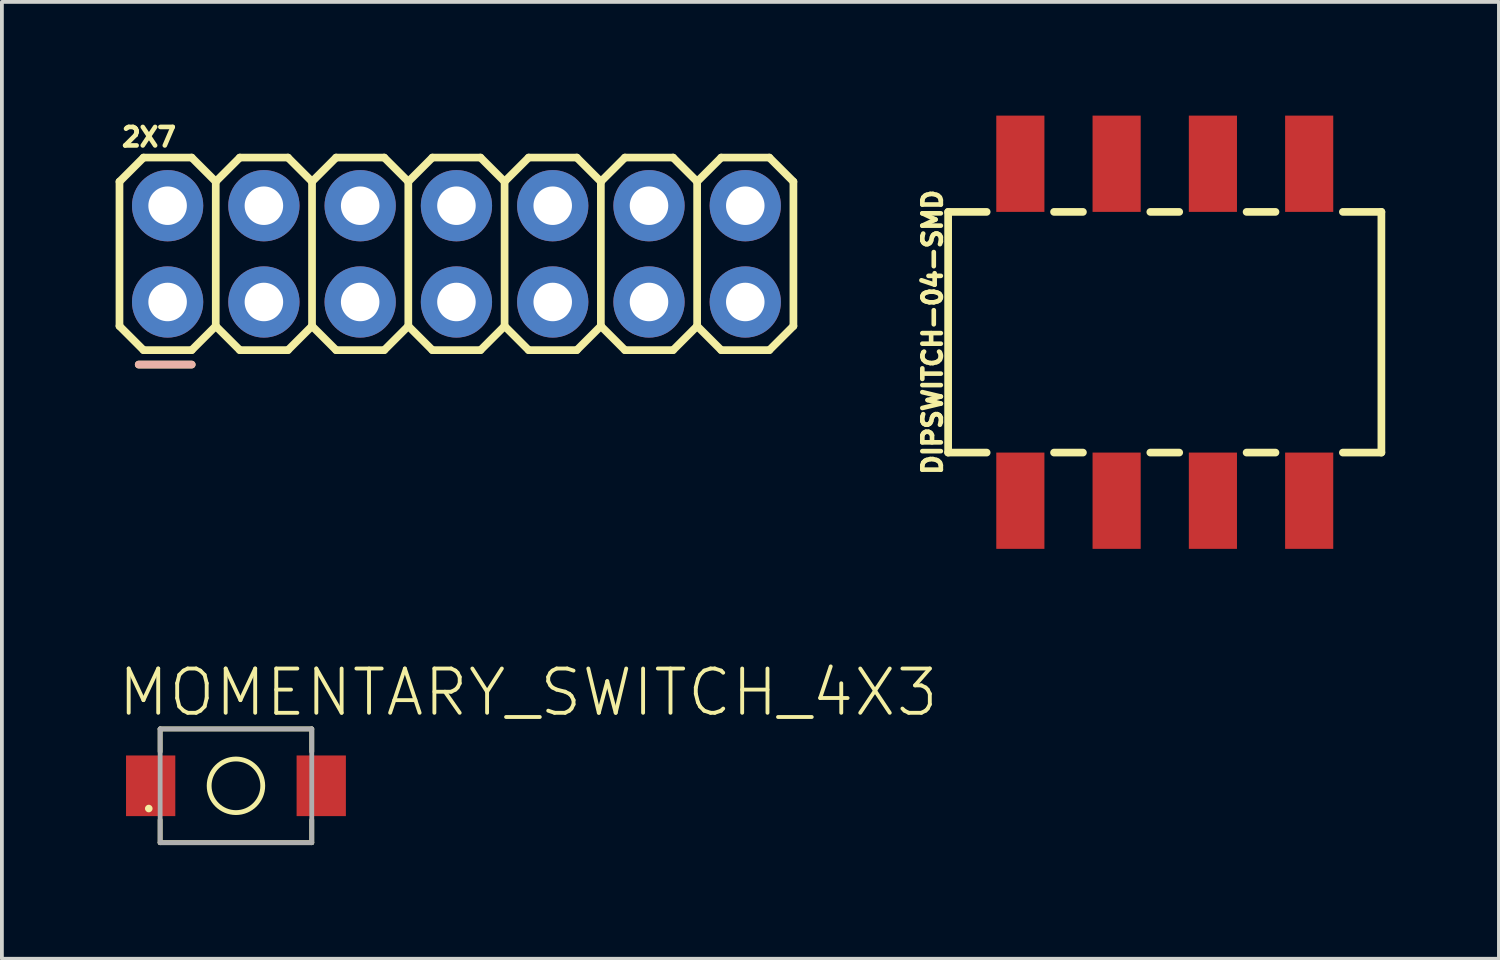
<source format=kicad_pcb>
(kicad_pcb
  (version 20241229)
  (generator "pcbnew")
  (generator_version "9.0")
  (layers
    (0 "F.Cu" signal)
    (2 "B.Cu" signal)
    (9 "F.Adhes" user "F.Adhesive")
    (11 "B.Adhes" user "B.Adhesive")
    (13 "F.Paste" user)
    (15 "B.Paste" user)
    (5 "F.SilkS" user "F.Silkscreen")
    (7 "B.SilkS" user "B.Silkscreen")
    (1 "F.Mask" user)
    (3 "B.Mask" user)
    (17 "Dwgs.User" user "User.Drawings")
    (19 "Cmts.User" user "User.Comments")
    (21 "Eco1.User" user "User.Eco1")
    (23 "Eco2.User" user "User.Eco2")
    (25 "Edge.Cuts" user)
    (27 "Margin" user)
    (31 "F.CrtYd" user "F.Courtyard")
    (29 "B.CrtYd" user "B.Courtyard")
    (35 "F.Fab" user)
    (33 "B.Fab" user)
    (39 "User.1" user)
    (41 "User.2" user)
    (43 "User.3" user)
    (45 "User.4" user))
  (footprint "DIPSWITCH-04-SMD"
    (layer "F.Cu")
    (at 27.679 5.715)
    (property "Reference" "DIPSWITCH-04-SMD" (at -5.842 0 90) (layer "F.SilkS") (effects (font (size 0.488 0.488) (thickness 0.122)) (justify bottom)))
    (fp_line (start -5.715 -3.175) (end -4.699 -3.175) (stroke (width 0.203) (type solid)) (layer "F.SilkS"))
    (fp_line (start -5.715 3.175) (end -5.715 -3.175) (stroke (width 0.203) (type solid)) (layer "F.SilkS"))
    (fp_line (start -4.699 3.175) (end -5.715 3.175) (stroke (width 0.203) (type solid)) (layer "F.SilkS"))
    (fp_line (start -2.921 -3.175) (end -2.159 -3.175) (stroke (width 0.203) (type solid)) (layer "F.SilkS"))
    (fp_line (start -2.159 3.175) (end -2.921 3.175) (stroke (width 0.203) (type solid)) (layer "F.SilkS"))
    (fp_line (start -0.381 -3.175) (end 0.381 -3.175) (stroke (width 0.203) (type solid)) (layer "F.SilkS"))
    (fp_line (start 0.381 3.175) (end -0.381 3.175) (stroke (width 0.203) (type solid)) (layer "F.SilkS"))
    (fp_line (start 2.159 -3.175) (end 2.921 -3.175) (stroke (width 0.203) (type solid)) (layer "F.SilkS"))
    (fp_line (start 2.921 3.175) (end 2.159 3.175) (stroke (width 0.203) (type solid)) (layer "F.SilkS"))
    (fp_line (start 4.699 -3.175) (end 5.715 -3.175) (stroke (width 0.203) (type solid)) (layer "F.SilkS"))
    (fp_line (start 5.715 -3.175) (end 5.715 3.175) (stroke (width 0.203) (type solid)) (layer "F.SilkS"))
    (fp_line (start 5.715 3.175) (end 4.699 3.175) (stroke (width 0.203) (type solid)) (layer "F.SilkS"))
    (pad "1" smd rect (at -3.81 -4.445 90) (size 2.54 1.27) (layers "F.Cu" "F.Mask" "F.Paste"))
    (pad "2" smd rect (at -1.27 -4.445 90) (size 2.54 1.27) (layers "F.Cu" "F.Mask" "F.Paste"))
    (pad "3" smd rect (at 1.27 -4.445 90) (size 2.54 1.27) (layers "F.Cu" "F.Mask" "F.Paste"))
    (pad "4" smd rect (at 3.81 -4.445 90) (size 2.54 1.27) (layers "F.Cu" "F.Mask" "F.Paste"))
    (pad "5" smd rect (at 3.81 4.445 90) (size 2.54 1.27) (layers "F.Cu" "F.Mask" "F.Paste"))
    (pad "6" smd rect (at 1.27 4.445 90) (size 2.54 1.27) (layers "F.Cu" "F.Mask" "F.Paste"))
    (pad "7" smd rect (at -1.27 4.445 90) (size 2.54 1.27) (layers "F.Cu" "F.Mask" "F.Paste"))
    (pad "8" smd rect (at -3.81 4.445 90) (size 2.54 1.27) (layers "F.Cu" "F.Mask" "F.Paste")))
  (footprint "2X7"
    (layer "F.Cu")
    (at 1.372 4.917)
    (property "Reference" "2X7" (at -1.27 -4.064 0) (layer "F.SilkS") (effects (font (size 0.488 0.488) (thickness 0.122)) (justify left bottom)))
    (fp_line (start -1.27 -3.175) (end -0.635 -3.81) (stroke (width 0.203) (type solid)) (layer "F.SilkS"))
    (fp_line (start -1.27 0.635) (end -1.27 -3.175) (stroke (width 0.203) (type solid)) (layer "F.SilkS"))
    (fp_line (start -1.27 0.635) (end -0.635 1.27) (stroke (width 0.203) (type solid)) (layer "F.SilkS"))
    (fp_line (start -0.762 1.651) (end 0.635 1.651) (stroke (width 0.203) (type solid)) (layer "F.SilkS"))
    (fp_line (start -0.635 -3.81) (end 0.635 -3.81) (stroke (width 0.203) (type solid)) (layer "F.SilkS"))
    (fp_line (start -0.635 1.27) (end 0.635 1.27) (stroke (width 0.203) (type solid)) (layer "F.SilkS"))
    (fp_line (start 0.635 -3.81) (end 1.27 -3.175) (stroke (width 0.203) (type solid)) (layer "F.SilkS"))
    (fp_line (start 0.635 1.27) (end 1.27 0.635) (stroke (width 0.203) (type solid)) (layer "F.SilkS"))
    (fp_line (start 1.27 -3.175) (end 1.27 0.635) (stroke (width 0.203) (type solid)) (layer "F.SilkS"))
    (fp_line (start 1.27 -3.175) (end 1.905 -3.81) (stroke (width 0.203) (type solid)) (layer "F.SilkS"))
    (fp_line (start 1.27 0.635) (end 1.905 1.27) (stroke (width 0.203) (type solid)) (layer "F.SilkS"))
    (fp_line (start 1.905 -3.81) (end 3.175 -3.81) (stroke (width 0.203) (type solid)) (layer "F.SilkS"))
    (fp_line (start 1.905 1.27) (end 3.175 1.27) (stroke (width 0.203) (type solid)) (layer "F.SilkS"))
    (fp_line (start 3.175 -3.81) (end 3.81 -3.175) (stroke (width 0.203) (type solid)) (layer "F.SilkS"))
    (fp_line (start 3.175 1.27) (end 3.81 0.635) (stroke (width 0.203) (type solid)) (layer "F.SilkS"))
    (fp_line (start 3.81 -3.175) (end 3.81 0.635) (stroke (width 0.203) (type solid)) (layer "F.SilkS"))
    (fp_line (start 3.81 -3.175) (end 4.445 -3.81) (stroke (width 0.203) (type solid)) (layer "F.SilkS"))
    (fp_line (start 3.81 0.635) (end 4.445 1.27) (stroke (width 0.203) (type solid)) (layer "F.SilkS"))
    (fp_line (start 4.445 -3.81) (end 5.715 -3.81) (stroke (width 0.203) (type solid)) (layer "F.SilkS"))
    (fp_line (start 4.445 1.27) (end 5.715 1.27) (stroke (width 0.203) (type solid)) (layer "F.SilkS"))
    (fp_line (start 5.715 -3.81) (end 6.35 -3.175) (stroke (width 0.203) (type solid)) (layer "F.SilkS"))
    (fp_line (start 5.715 1.27) (end 6.35 0.635) (stroke (width 0.203) (type solid)) (layer "F.SilkS"))
    (fp_line (start 6.35 -3.175) (end 6.35 0.635) (stroke (width 0.203) (type solid)) (layer "F.SilkS"))
    (fp_line (start 6.35 -3.175) (end 6.985 -3.81) (stroke (width 0.203) (type solid)) (layer "F.SilkS"))
    (fp_line (start 6.35 0.635) (end 6.985 1.27) (stroke (width 0.203) (type solid)) (layer "F.SilkS"))
    (fp_line (start 6.985 -3.81) (end 8.255 -3.81) (stroke (width 0.203) (type solid)) (layer "F.SilkS"))
    (fp_line (start 6.985 1.27) (end 8.255 1.27) (stroke (width 0.203) (type solid)) (layer "F.SilkS"))
    (fp_line (start 8.255 -3.81) (end 8.89 -3.175) (stroke (width 0.203) (type solid)) (layer "F.SilkS"))
    (fp_line (start 8.255 1.27) (end 8.89 0.635) (stroke (width 0.203) (type solid)) (layer "F.SilkS"))
    (fp_line (start 8.89 -3.175) (end 8.89 0.635) (stroke (width 0.203) (type solid)) (layer "F.SilkS"))
    (fp_line (start 8.89 -3.175) (end 9.525 -3.81) (stroke (width 0.203) (type solid)) (layer "F.SilkS"))
    (fp_line (start 8.89 0.635) (end 9.525 1.27) (stroke (width 0.203) (type solid)) (layer "F.SilkS"))
    (fp_line (start 9.525 -3.81) (end 10.795 -3.81) (stroke (width 0.203) (type solid)) (layer "F.SilkS"))
    (fp_line (start 9.525 1.27) (end 10.795 1.27) (stroke (width 0.203) (type solid)) (layer "F.SilkS"))
    (fp_line (start 10.795 -3.81) (end 11.43 -3.175) (stroke (width 0.203) (type solid)) (layer "F.SilkS"))
    (fp_line (start 10.795 1.27) (end 11.43 0.635) (stroke (width 0.203) (type solid)) (layer "F.SilkS"))
    (fp_line (start 11.43 -3.175) (end 11.43 0.635) (stroke (width 0.203) (type solid)) (layer "F.SilkS"))
    (fp_line (start 11.43 -3.175) (end 12.065 -3.81) (stroke (width 0.203) (type solid)) (layer "F.SilkS"))
    (fp_line (start 11.43 0.635) (end 12.065 1.27) (stroke (width 0.203) (type solid)) (layer "F.SilkS"))
    (fp_line (start 12.065 -3.81) (end 13.335 -3.81) (stroke (width 0.203) (type solid)) (layer "F.SilkS"))
    (fp_line (start 12.065 1.27) (end 13.335 1.27) (stroke (width 0.203) (type solid)) (layer "F.SilkS"))
    (fp_line (start 13.335 -3.81) (end 13.97 -3.175) (stroke (width 0.203) (type solid)) (layer "F.SilkS"))
    (fp_line (start 13.335 1.27) (end 13.97 0.635) (stroke (width 0.203) (type solid)) (layer "F.SilkS"))
    (fp_line (start 13.97 -3.175) (end 13.97 0.635) (stroke (width 0.203) (type solid)) (layer "F.SilkS"))
    (fp_line (start 13.97 -3.175) (end 14.605 -3.81) (stroke (width 0.203) (type solid)) (layer "F.SilkS"))
    (fp_line (start 13.97 0.635) (end 14.605 1.27) (stroke (width 0.203) (type solid)) (layer "F.SilkS"))
    (fp_line (start 14.605 -3.81) (end 15.875 -3.81) (stroke (width 0.203) (type solid)) (layer "F.SilkS"))
    (fp_line (start 14.605 1.27) (end 15.875 1.27) (stroke (width 0.203) (type solid)) (layer "F.SilkS"))
    (fp_line (start 15.875 -3.81) (end 16.51 -3.175) (stroke (width 0.203) (type solid)) (layer "F.SilkS"))
    (fp_line (start 16.51 -3.175) (end 16.51 0.635) (stroke (width 0.203) (type solid)) (layer "F.SilkS"))
    (fp_line (start 16.51 0.635) (end 15.875 1.27) (stroke (width 0.203) (type solid)) (layer "F.SilkS"))
    (fp_line (start 0.635 1.651) (end -0.762 1.651) (stroke (width 0.203) (type solid)) (layer "B.SilkS"))
    (fp_poly (pts (xy -0.254 -2.286) (xy 0.254 -2.286) (xy 0.254 -2.794) (xy -0.254 -2.794)) (stroke (width 0.1) (type solid)) (fill no) (layer "F.Fab"))
    (fp_poly (pts (xy -0.254 0.254) (xy 0.254 0.254) (xy 0.254 -0.254) (xy -0.254 -0.254)) (stroke (width 0.1) (type solid)) (fill no) (layer "F.Fab"))
    (fp_poly (pts (xy 2.286 -2.286) (xy 2.794 -2.286) (xy 2.794 -2.794) (xy 2.286 -2.794)) (stroke (width 0.1) (type solid)) (fill no) (layer "F.Fab"))
    (fp_poly (pts (xy 2.286 0.254) (xy 2.794 0.254) (xy 2.794 -0.254) (xy 2.286 -0.254)) (stroke (width 0.1) (type solid)) (fill no) (layer "F.Fab"))
    (fp_poly (pts (xy 4.826 -2.286) (xy 5.334 -2.286) (xy 5.334 -2.794) (xy 4.826 -2.794)) (stroke (width 0.1) (type solid)) (fill no) (layer "F.Fab"))
    (fp_poly (pts (xy 4.826 0.254) (xy 5.334 0.254) (xy 5.334 -0.254) (xy 4.826 -0.254)) (stroke (width 0.1) (type solid)) (fill no) (layer "F.Fab"))
    (fp_poly (pts (xy 7.366 -2.286) (xy 7.874 -2.286) (xy 7.874 -2.794) (xy 7.366 -2.794)) (stroke (width 0.1) (type solid)) (fill no) (layer "F.Fab"))
    (fp_poly (pts (xy 7.366 0.254) (xy 7.874 0.254) (xy 7.874 -0.254) (xy 7.366 -0.254)) (stroke (width 0.1) (type solid)) (fill no) (layer "F.Fab"))
    (fp_poly (pts (xy 9.906 -2.286) (xy 10.414 -2.286) (xy 10.414 -2.794) (xy 9.906 -2.794)) (stroke (width 0.1) (type solid)) (fill no) (layer "F.Fab"))
    (fp_poly (pts (xy 9.906 0.254) (xy 10.414 0.254) (xy 10.414 -0.254) (xy 9.906 -0.254)) (stroke (width 0.1) (type solid)) (fill no) (layer "F.Fab"))
    (fp_poly (pts (xy 12.446 -2.286) (xy 12.954 -2.286) (xy 12.954 -2.794) (xy 12.446 -2.794)) (stroke (width 0.1) (type solid)) (fill no) (layer "F.Fab"))
    (fp_poly (pts (xy 12.446 0.254) (xy 12.954 0.254) (xy 12.954 -0.254) (xy 12.446 -0.254)) (stroke (width 0.1) (type solid)) (fill no) (layer "F.Fab"))
    (fp_poly (pts (xy 14.986 -2.286) (xy 15.494 -2.286) (xy 15.494 -2.794) (xy 14.986 -2.794)) (stroke (width 0.1) (type solid)) (fill no) (layer "F.Fab"))
    (fp_poly (pts (xy 14.986 0.254) (xy 15.494 0.254) (xy 15.494 -0.254) (xy 14.986 -0.254)) (stroke (width 0.1) (type solid)) (fill no) (layer "F.Fab"))
    (pad "1" thru_hole circle (at 0 0) (size 1.88 1.88) (drill 1.016) (layers "*.Cu" "*.Mask"))
    (pad "2" thru_hole circle (at 0 -2.54) (size 1.88 1.88) (drill 1.016) (layers "*.Cu" "*.Mask"))
    (pad "3" thru_hole circle (at 2.54 0) (size 1.88 1.88) (drill 1.016) (layers "*.Cu" "*.Mask"))
    (pad "4" thru_hole circle (at 2.54 -2.54) (size 1.88 1.88) (drill 1.016) (layers "*.Cu" "*.Mask"))
    (pad "5" thru_hole circle (at 5.08 0) (size 1.88 1.88) (drill 1.016) (layers "*.Cu" "*.Mask"))
    (pad "6" thru_hole circle (at 5.08 -2.54) (size 1.88 1.88) (drill 1.016) (layers "*.Cu" "*.Mask"))
    (pad "7" thru_hole circle (at 7.62 0) (size 1.88 1.88) (drill 1.016) (layers "*.Cu" "*.Mask"))
    (pad "8" thru_hole circle (at 7.62 -2.54) (size 1.88 1.88) (drill 1.016) (layers "*.Cu" "*.Mask"))
    (pad "9" thru_hole circle (at 10.16 0) (size 1.88 1.88) (drill 1.016) (layers "*.Cu" "*.Mask"))
    (pad "10" thru_hole circle (at 10.16 -2.54) (size 1.88 1.88) (drill 1.016) (layers "*.Cu" "*.Mask"))
    (pad "11" thru_hole circle (at 12.7 0) (size 1.88 1.88) (drill 1.016) (layers "*.Cu" "*.Mask"))
    (pad "12" thru_hole circle (at 12.7 -2.54) (size 1.88 1.88) (drill 1.016) (layers "*.Cu" "*.Mask"))
    (pad "13" thru_hole circle (at 15.24 0) (size 1.88 1.88) (drill 1.016) (layers "*.Cu" "*.Mask"))
    (pad "14" thru_hole circle (at 15.24 -2.54) (size 1.88 1.88) (drill 1.016) (layers "*.Cu" "*.Mask")))
  (footprint "MOMENTARY_SWITCH_4X3"
    (layer "F.Cu")
    (at 3.175 17.681)
    (property "Reference" "MOMENTARY_SWITCH_4X3" (at -3.175 -1.778 0) (layer "F.SilkS") (effects (font (size 1.168 1.168) (thickness 0.102)) (justify left bottom)))
    (fp_line (start -2 -1.5) (end 2 -1.5) (stroke (width 0.127) (type solid)) (layer "F.SilkS"))
    (fp_line (start -2 -0.9) (end -2 -1.5) (stroke (width 0.127) (type solid)) (layer "F.SilkS"))
    (fp_line (start -2 0.9) (end -2 1.5) (stroke (width 0.127) (type solid)) (layer "F.SilkS"))
    (fp_line (start -2 1.5) (end 2 1.5) (stroke (width 0.127) (type solid)) (layer "F.SilkS"))
    (fp_line (start 2 -1.5) (end 2 -0.9) (stroke (width 0.127) (type solid)) (layer "F.SilkS"))
    (fp_line (start 2 1.5) (end 2 0.9) (stroke (width 0.127) (type solid)) (layer "F.SilkS"))
    (fp_circle (center -2.3 0.6) (end -2.25 0.6) (stroke (width 0.1) (type solid)) (fill yes) (layer "F.SilkS"))
    (fp_circle (center 0 0) (end 0.707 0) (stroke (width 0.127) (type solid)) (fill no) (layer "F.SilkS"))
    (fp_line (start -2 -1.5) (end 2 -1.5) (stroke (width 0.127) (type solid)) (layer "F.Fab"))
    (fp_line (start -2 1.5) (end -2 -1.5) (stroke (width 0.127) (type solid)) (layer "F.Fab"))
    (fp_line (start -2 1.5) (end 2 1.5) (stroke (width 0.127) (type solid)) (layer "F.Fab"))
    (fp_line (start 2 1.5) (end 2 -1.5) (stroke (width 0.127) (type solid)) (layer "F.Fab"))
    (pad "P$1" smd rect (at -2.25 0 90) (size 1.6 1.3) (layers "F.Cu" "F.Mask" "F.Paste"))
    (pad "P$2" smd rect (at 2.25 0 90) (size 1.6 1.3) (layers "F.Cu" "F.Mask" "F.Paste")))
  (gr_rect
    (start -3 -3)
    (end 36.495 22.245)
    (stroke (width 0.1) (type default))
    (fill no)
    (layer "Edge.Cuts")))
</source>
